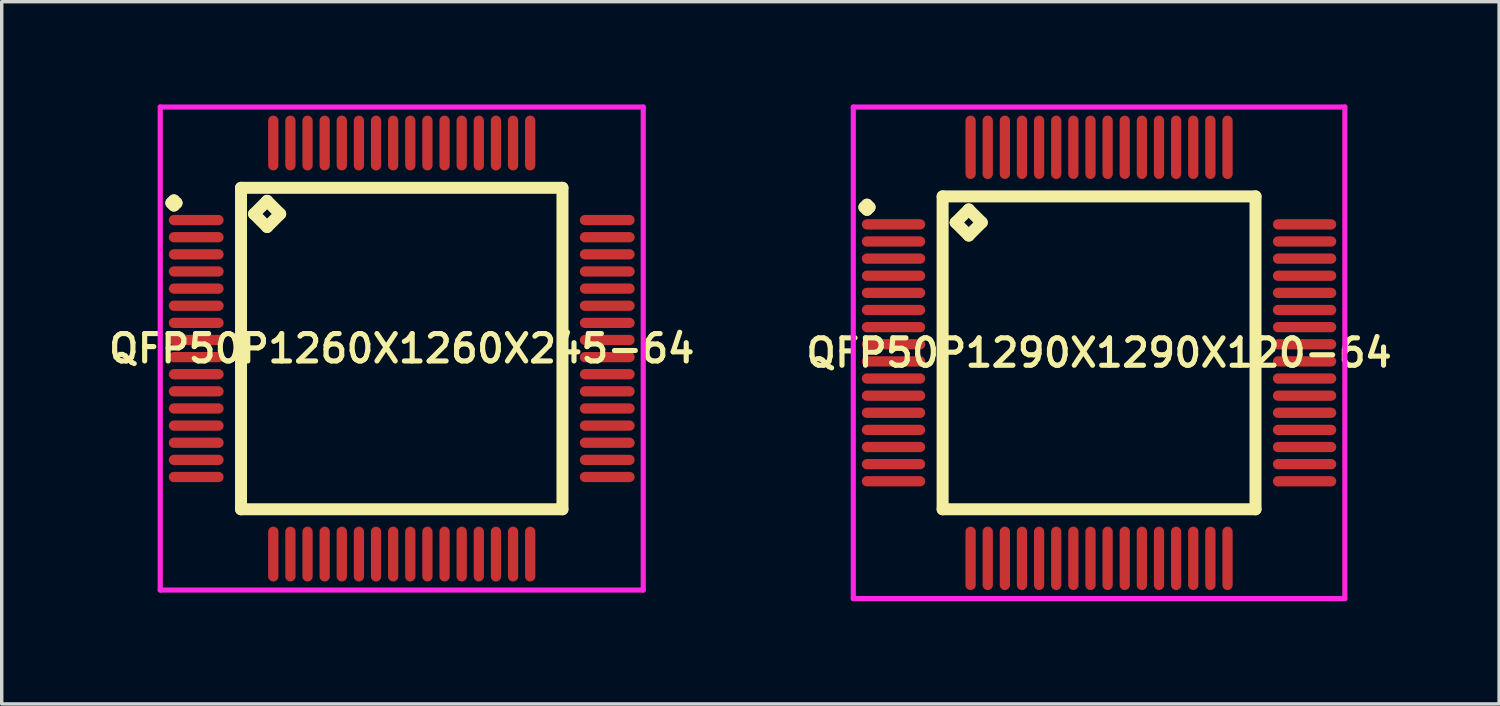
<source format=kicad_pcb>
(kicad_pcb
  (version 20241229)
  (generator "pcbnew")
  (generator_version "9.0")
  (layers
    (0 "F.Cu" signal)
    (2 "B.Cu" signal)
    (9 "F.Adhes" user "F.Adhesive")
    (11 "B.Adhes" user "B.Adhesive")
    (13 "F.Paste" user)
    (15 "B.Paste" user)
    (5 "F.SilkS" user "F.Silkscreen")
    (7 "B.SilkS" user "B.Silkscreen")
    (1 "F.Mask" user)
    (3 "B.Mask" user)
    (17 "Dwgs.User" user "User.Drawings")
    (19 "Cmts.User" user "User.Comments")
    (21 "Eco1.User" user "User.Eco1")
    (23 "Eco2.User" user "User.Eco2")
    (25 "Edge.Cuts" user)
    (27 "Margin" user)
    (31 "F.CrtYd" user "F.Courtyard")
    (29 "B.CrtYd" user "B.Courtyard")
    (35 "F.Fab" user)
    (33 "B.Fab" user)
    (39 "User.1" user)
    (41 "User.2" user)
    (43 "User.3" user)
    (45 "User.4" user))
  (footprint "QFP50P1290X1290X120-64"
    (layer "F.Cu")
    (at 29.035 7.25)
    (property "Reference" "QFP50P1290X1290X120-64" (at 0 0 0) (layer "F.SilkS") (effects (font (size 0.8 0.8) (thickness 0.15))))
    (attr through_hole)
    (fp_line (start -6.85 -4.25) (end -6.775 -4.325) (stroke (width 0.35) (type solid)) (layer "F.SilkS"))
    (fp_line (start -6.775 -4.325) (end -6.7 -4.25) (stroke (width 0.35) (type solid)) (layer "F.SilkS"))
    (fp_line (start -6.775 -4.175) (end -6.85 -4.25) (stroke (width 0.35) (type solid)) (layer "F.SilkS"))
    (fp_line (start -6.7 -4.25) (end -6.775 -4.175) (stroke (width 0.35) (type solid)) (layer "F.SilkS"))
    (fp_line (start -4.567 -4.567) (end -4.567 4.567) (stroke (width 0.35) (type solid)) (layer "F.SilkS"))
    (fp_line (start -4.567 4.567) (end 4.567 4.567) (stroke (width 0.35) (type solid)) (layer "F.SilkS"))
    (fp_line (start -4.186 -3.805) (end -3.805 -4.186) (stroke (width 0.35) (type solid)) (layer "F.SilkS"))
    (fp_line (start -3.805 -4.186) (end -3.424 -3.805) (stroke (width 0.35) (type solid)) (layer "F.SilkS"))
    (fp_line (start -3.805 -3.424) (end -4.186 -3.805) (stroke (width 0.35) (type solid)) (layer "F.SilkS"))
    (fp_line (start -3.424 -3.805) (end -3.805 -3.424) (stroke (width 0.35) (type solid)) (layer "F.SilkS"))
    (fp_line (start 4.567 -4.567) (end -4.567 -4.567) (stroke (width 0.35) (type solid)) (layer "F.SilkS"))
    (fp_line (start 4.567 4.567) (end 4.567 -4.567) (stroke (width 0.35) (type solid)) (layer "F.SilkS"))
    (fp_line (start -7.175 -7.175) (end 7.175 -7.175) (stroke (width 0.15) (type solid)) (layer "F.CrtYd"))
    (fp_line (start -7.175 7.175) (end -7.175 -7.175) (stroke (width 0.15) (type solid)) (layer "F.CrtYd"))
    (fp_line (start 7.175 -7.175) (end 7.175 7.175) (stroke (width 0.15) (type solid)) (layer "F.CrtYd"))
    (fp_line (start 7.175 7.175) (end -7.175 7.175) (stroke (width 0.15) (type solid)) (layer "F.CrtYd"))
    (pad "1" smd oval (at -6 -3.75) (size 1.85 0.3) (layers "F.Cu" "F.Mask" "F.Paste"))
    (pad "2" smd oval (at -6 -3.25) (size 1.85 0.3) (layers "F.Cu" "F.Mask" "F.Paste"))
    (pad "3" smd oval (at -6 -2.75) (size 1.85 0.3) (layers "F.Cu" "F.Mask" "F.Paste"))
    (pad "4" smd oval (at -6 -2.25) (size 1.85 0.3) (layers "F.Cu" "F.Mask" "F.Paste"))
    (pad "5" smd oval (at -6 -1.75) (size 1.85 0.3) (layers "F.Cu" "F.Mask" "F.Paste"))
    (pad "6" smd oval (at -6 -1.25) (size 1.85 0.3) (layers "F.Cu" "F.Mask" "F.Paste"))
    (pad "7" smd oval (at -6 -0.75) (size 1.85 0.3) (layers "F.Cu" "F.Mask" "F.Paste"))
    (pad "8" smd oval (at -6 -0.25) (size 1.85 0.3) (layers "F.Cu" "F.Mask" "F.Paste"))
    (pad "9" smd oval (at -6 0.25) (size 1.85 0.3) (layers "F.Cu" "F.Mask" "F.Paste"))
    (pad "10" smd oval (at -6 0.75) (size 1.85 0.3) (layers "F.Cu" "F.Mask" "F.Paste"))
    (pad "11" smd oval (at -6 1.25) (size 1.85 0.3) (layers "F.Cu" "F.Mask" "F.Paste"))
    (pad "12" smd oval (at -6 1.75) (size 1.85 0.3) (layers "F.Cu" "F.Mask" "F.Paste"))
    (pad "13" smd oval (at -6 2.25) (size 1.85 0.3) (layers "F.Cu" "F.Mask" "F.Paste"))
    (pad "14" smd oval (at -6 2.75) (size 1.85 0.3) (layers "F.Cu" "F.Mask" "F.Paste"))
    (pad "15" smd oval (at -6 3.25) (size 1.85 0.3) (layers "F.Cu" "F.Mask" "F.Paste"))
    (pad "16" smd oval (at -6 3.75) (size 1.85 0.3) (layers "F.Cu" "F.Mask" "F.Paste"))
    (pad "17" smd oval (at -3.75 6) (size 0.3 1.85) (layers "F.Cu" "F.Mask" "F.Paste"))
    (pad "18" smd oval (at -3.25 6) (size 0.3 1.85) (layers "F.Cu" "F.Mask" "F.Paste"))
    (pad "19" smd oval (at -2.75 6) (size 0.3 1.85) (layers "F.Cu" "F.Mask" "F.Paste"))
    (pad "20" smd oval (at -2.25 6) (size 0.3 1.85) (layers "F.Cu" "F.Mask" "F.Paste"))
    (pad "21" smd oval (at -1.75 6) (size 0.3 1.85) (layers "F.Cu" "F.Mask" "F.Paste"))
    (pad "22" smd oval (at -1.25 6) (size 0.3 1.85) (layers "F.Cu" "F.Mask" "F.Paste"))
    (pad "23" smd oval (at -0.75 6) (size 0.3 1.85) (layers "F.Cu" "F.Mask" "F.Paste"))
    (pad "24" smd oval (at -0.25 6) (size 0.3 1.85) (layers "F.Cu" "F.Mask" "F.Paste"))
    (pad "25" smd oval (at 0.25 6) (size 0.3 1.85) (layers "F.Cu" "F.Mask" "F.Paste"))
    (pad "26" smd oval (at 0.75 6) (size 0.3 1.85) (layers "F.Cu" "F.Mask" "F.Paste"))
    (pad "27" smd oval (at 1.25 6) (size 0.3 1.85) (layers "F.Cu" "F.Mask" "F.Paste"))
    (pad "28" smd oval (at 1.75 6) (size 0.3 1.85) (layers "F.Cu" "F.Mask" "F.Paste"))
    (pad "29" smd oval (at 2.25 6) (size 0.3 1.85) (layers "F.Cu" "F.Mask" "F.Paste"))
    (pad "30" smd oval (at 2.75 6) (size 0.3 1.85) (layers "F.Cu" "F.Mask" "F.Paste"))
    (pad "31" smd oval (at 3.25 6) (size 0.3 1.85) (layers "F.Cu" "F.Mask" "F.Paste"))
    (pad "32" smd oval (at 3.75 6) (size 0.3 1.85) (layers "F.Cu" "F.Mask" "F.Paste"))
    (pad "33" smd oval (at 6 3.75) (size 1.85 0.3) (layers "F.Cu" "F.Mask" "F.Paste"))
    (pad "34" smd oval (at 6 3.25) (size 1.85 0.3) (layers "F.Cu" "F.Mask" "F.Paste"))
    (pad "35" smd oval (at 6 2.75) (size 1.85 0.3) (layers "F.Cu" "F.Mask" "F.Paste"))
    (pad "36" smd oval (at 6 2.25) (size 1.85 0.3) (layers "F.Cu" "F.Mask" "F.Paste"))
    (pad "37" smd oval (at 6 1.75) (size 1.85 0.3) (layers "F.Cu" "F.Mask" "F.Paste"))
    (pad "38" smd oval (at 6 1.25) (size 1.85 0.3) (layers "F.Cu" "F.Mask" "F.Paste"))
    (pad "39" smd oval (at 6 0.75) (size 1.85 0.3) (layers "F.Cu" "F.Mask" "F.Paste"))
    (pad "40" smd oval (at 6 0.25) (size 1.85 0.3) (layers "F.Cu" "F.Mask" "F.Paste"))
    (pad "41" smd oval (at 6 -0.25) (size 1.85 0.3) (layers "F.Cu" "F.Mask" "F.Paste"))
    (pad "42" smd oval (at 6 -0.75) (size 1.85 0.3) (layers "F.Cu" "F.Mask" "F.Paste"))
    (pad "43" smd oval (at 6 -1.25) (size 1.85 0.3) (layers "F.Cu" "F.Mask" "F.Paste"))
    (pad "44" smd oval (at 6 -1.75) (size 1.85 0.3) (layers "F.Cu" "F.Mask" "F.Paste"))
    (pad "45" smd oval (at 6 -2.25) (size 1.85 0.3) (layers "F.Cu" "F.Mask" "F.Paste"))
    (pad "46" smd oval (at 6 -2.75) (size 1.85 0.3) (layers "F.Cu" "F.Mask" "F.Paste"))
    (pad "47" smd oval (at 6 -3.25) (size 1.85 0.3) (layers "F.Cu" "F.Mask" "F.Paste"))
    (pad "48" smd oval (at 6 -3.75) (size 1.85 0.3) (layers "F.Cu" "F.Mask" "F.Paste"))
    (pad "49" smd oval (at 3.75 -6) (size 0.3 1.85) (layers "F.Cu" "F.Mask" "F.Paste"))
    (pad "50" smd oval (at 3.25 -6) (size 0.3 1.85) (layers "F.Cu" "F.Mask" "F.Paste"))
    (pad "51" smd oval (at 2.75 -6) (size 0.3 1.85) (layers "F.Cu" "F.Mask" "F.Paste"))
    (pad "52" smd oval (at 2.25 -6) (size 0.3 1.85) (layers "F.Cu" "F.Mask" "F.Paste"))
    (pad "53" smd oval (at 1.75 -6) (size 0.3 1.85) (layers "F.Cu" "F.Mask" "F.Paste"))
    (pad "54" smd oval (at 1.25 -6) (size 0.3 1.85) (layers "F.Cu" "F.Mask" "F.Paste"))
    (pad "55" smd oval (at 0.75 -6) (size 0.3 1.85) (layers "F.Cu" "F.Mask" "F.Paste"))
    (pad "56" smd oval (at 0.25 -6) (size 0.3 1.85) (layers "F.Cu" "F.Mask" "F.Paste"))
    (pad "57" smd oval (at -0.25 -6) (size 0.3 1.85) (layers "F.Cu" "F.Mask" "F.Paste"))
    (pad "58" smd oval (at -0.75 -6) (size 0.3 1.85) (layers "F.Cu" "F.Mask" "F.Paste"))
    (pad "59" smd oval (at -1.25 -6) (size 0.3 1.85) (layers "F.Cu" "F.Mask" "F.Paste"))
    (pad "60" smd oval (at -1.75 -6) (size 0.3 1.85) (layers "F.Cu" "F.Mask" "F.Paste"))
    (pad "61" smd oval (at -2.25 -6) (size 0.3 1.85) (layers "F.Cu" "F.Mask" "F.Paste"))
    (pad "62" smd oval (at -2.75 -6) (size 0.3 1.85) (layers "F.Cu" "F.Mask" "F.Paste"))
    (pad "63" smd oval (at -3.25 -6) (size 0.3 1.85) (layers "F.Cu" "F.Mask" "F.Paste"))
    (pad "64" smd oval (at -3.75 -6) (size 0.3 1.85) (layers "F.Cu" "F.Mask" "F.Paste")))
  (footprint "QFP50P1260X1260X245-64"
    (layer "F.Cu")
    (at 8.678 7.125)
    (property "Reference" "QFP50P1260X1260X245-64" (at 0 0 0) (layer "F.SilkS") (effects (font (size 0.8 0.8) (thickness 0.15))))
    (attr smd)
    (fp_line (start -6.725 -4.25) (end -6.65 -4.325) (stroke (width 0.35) (type solid)) (layer "F.SilkS"))
    (fp_line (start -6.65 -4.325) (end -6.575 -4.25) (stroke (width 0.35) (type solid)) (layer "F.SilkS"))
    (fp_line (start -6.65 -4.175) (end -6.725 -4.25) (stroke (width 0.35) (type solid)) (layer "F.SilkS"))
    (fp_line (start -6.575 -4.25) (end -6.65 -4.175) (stroke (width 0.35) (type solid)) (layer "F.SilkS"))
    (fp_line (start -4.692 -4.692) (end -4.692 4.692) (stroke (width 0.35) (type solid)) (layer "F.SilkS"))
    (fp_line (start -4.692 4.692) (end 4.692 4.692) (stroke (width 0.35) (type solid)) (layer "F.SilkS"))
    (fp_line (start -4.311 -3.93) (end -3.93 -4.311) (stroke (width 0.35) (type solid)) (layer "F.SilkS"))
    (fp_line (start -3.93 -4.311) (end -3.549 -3.93) (stroke (width 0.35) (type solid)) (layer "F.SilkS"))
    (fp_line (start -3.93 -3.549) (end -4.311 -3.93) (stroke (width 0.35) (type solid)) (layer "F.SilkS"))
    (fp_line (start -3.549 -3.93) (end -3.93 -3.549) (stroke (width 0.35) (type solid)) (layer "F.SilkS"))
    (fp_line (start 4.692 -4.692) (end -4.692 -4.692) (stroke (width 0.35) (type solid)) (layer "F.SilkS"))
    (fp_line (start 4.692 4.692) (end 4.692 -4.692) (stroke (width 0.35) (type solid)) (layer "F.SilkS"))
    (fp_line (start -7.05 -7.05) (end 7.05 -7.05) (stroke (width 0.15) (type solid)) (layer "F.CrtYd"))
    (fp_line (start -7.05 7.05) (end -7.05 -7.05) (stroke (width 0.15) (type solid)) (layer "F.CrtYd"))
    (fp_line (start 7.05 -7.05) (end 7.05 7.05) (stroke (width 0.15) (type solid)) (layer "F.CrtYd"))
    (fp_line (start 7.05 7.05) (end -7.05 7.05) (stroke (width 0.15) (type solid)) (layer "F.CrtYd"))
    (pad "1" smd oval (at -6 -3.75) (size 1.6 0.3) (layers "F.Cu" "F.Mask" "F.Paste"))
    (pad "2" smd oval (at -6 -3.25) (size 1.6 0.3) (layers "F.Cu" "F.Mask" "F.Paste"))
    (pad "3" smd oval (at -6 -2.75) (size 1.6 0.3) (layers "F.Cu" "F.Mask" "F.Paste"))
    (pad "4" smd oval (at -6 -2.25) (size 1.6 0.3) (layers "F.Cu" "F.Mask" "F.Paste"))
    (pad "5" smd oval (at -6 -1.75) (size 1.6 0.3) (layers "F.Cu" "F.Mask" "F.Paste"))
    (pad "6" smd oval (at -6 -1.25) (size 1.6 0.3) (layers "F.Cu" "F.Mask" "F.Paste"))
    (pad "7" smd oval (at -6 -0.75) (size 1.6 0.3) (layers "F.Cu" "F.Mask" "F.Paste"))
    (pad "8" smd oval (at -6 -0.25) (size 1.6 0.3) (layers "F.Cu" "F.Mask" "F.Paste"))
    (pad "9" smd oval (at -6 0.25) (size 1.6 0.3) (layers "F.Cu" "F.Mask" "F.Paste"))
    (pad "10" smd oval (at -6 0.75) (size 1.6 0.3) (layers "F.Cu" "F.Mask" "F.Paste"))
    (pad "11" smd oval (at -6 1.25) (size 1.6 0.3) (layers "F.Cu" "F.Mask" "F.Paste"))
    (pad "12" smd oval (at -6 1.75) (size 1.6 0.3) (layers "F.Cu" "F.Mask" "F.Paste"))
    (pad "13" smd oval (at -6 2.25) (size 1.6 0.3) (layers "F.Cu" "F.Mask" "F.Paste"))
    (pad "14" smd oval (at -6 2.75) (size 1.6 0.3) (layers "F.Cu" "F.Mask" "F.Paste"))
    (pad "15" smd oval (at -6 3.25) (size 1.6 0.3) (layers "F.Cu" "F.Mask" "F.Paste"))
    (pad "16" smd oval (at -6 3.75) (size 1.6 0.3) (layers "F.Cu" "F.Mask" "F.Paste"))
    (pad "17" smd oval (at -3.75 6) (size 0.3 1.6) (layers "F.Cu" "F.Mask" "F.Paste"))
    (pad "18" smd oval (at -3.25 6) (size 0.3 1.6) (layers "F.Cu" "F.Mask" "F.Paste"))
    (pad "19" smd oval (at -2.75 6) (size 0.3 1.6) (layers "F.Cu" "F.Mask" "F.Paste"))
    (pad "20" smd oval (at -2.25 6) (size 0.3 1.6) (layers "F.Cu" "F.Mask" "F.Paste"))
    (pad "21" smd oval (at -1.75 6) (size 0.3 1.6) (layers "F.Cu" "F.Mask" "F.Paste"))
    (pad "22" smd oval (at -1.25 6) (size 0.3 1.6) (layers "F.Cu" "F.Mask" "F.Paste"))
    (pad "23" smd oval (at -0.75 6) (size 0.3 1.6) (layers "F.Cu" "F.Mask" "F.Paste"))
    (pad "24" smd oval (at -0.25 6) (size 0.3 1.6) (layers "F.Cu" "F.Mask" "F.Paste"))
    (pad "25" smd oval (at 0.25 6) (size 0.3 1.6) (layers "F.Cu" "F.Mask" "F.Paste"))
    (pad "26" smd oval (at 0.75 6) (size 0.3 1.6) (layers "F.Cu" "F.Mask" "F.Paste"))
    (pad "27" smd oval (at 1.25 6) (size 0.3 1.6) (layers "F.Cu" "F.Mask" "F.Paste"))
    (pad "28" smd oval (at 1.75 6) (size 0.3 1.6) (layers "F.Cu" "F.Mask" "F.Paste"))
    (pad "29" smd oval (at 2.25 6) (size 0.3 1.6) (layers "F.Cu" "F.Mask" "F.Paste"))
    (pad "30" smd oval (at 2.75 6) (size 0.3 1.6) (layers "F.Cu" "F.Mask" "F.Paste"))
    (pad "31" smd oval (at 3.25 6) (size 0.3 1.6) (layers "F.Cu" "F.Mask" "F.Paste"))
    (pad "32" smd oval (at 3.75 6) (size 0.3 1.6) (layers "F.Cu" "F.Mask" "F.Paste"))
    (pad "33" smd oval (at 6 3.75) (size 1.6 0.3) (layers "F.Cu" "F.Mask" "F.Paste"))
    (pad "34" smd oval (at 6 3.25) (size 1.6 0.3) (layers "F.Cu" "F.Mask" "F.Paste"))
    (pad "35" smd oval (at 6 2.75) (size 1.6 0.3) (layers "F.Cu" "F.Mask" "F.Paste"))
    (pad "36" smd oval (at 6 2.25) (size 1.6 0.3) (layers "F.Cu" "F.Mask" "F.Paste"))
    (pad "37" smd oval (at 6 1.75) (size 1.6 0.3) (layers "F.Cu" "F.Mask" "F.Paste"))
    (pad "38" smd oval (at 6 1.25) (size 1.6 0.3) (layers "F.Cu" "F.Mask" "F.Paste"))
    (pad "39" smd oval (at 6 0.75) (size 1.6 0.3) (layers "F.Cu" "F.Mask" "F.Paste"))
    (pad "40" smd oval (at 6 0.25) (size 1.6 0.3) (layers "F.Cu" "F.Mask" "F.Paste"))
    (pad "41" smd oval (at 6 -0.25) (size 1.6 0.3) (layers "F.Cu" "F.Mask" "F.Paste"))
    (pad "42" smd oval (at 6 -0.75) (size 1.6 0.3) (layers "F.Cu" "F.Mask" "F.Paste"))
    (pad "43" smd oval (at 6 -1.25) (size 1.6 0.3) (layers "F.Cu" "F.Mask" "F.Paste"))
    (pad "44" smd oval (at 6 -1.75) (size 1.6 0.3) (layers "F.Cu" "F.Mask" "F.Paste"))
    (pad "45" smd oval (at 6 -2.25) (size 1.6 0.3) (layers "F.Cu" "F.Mask" "F.Paste"))
    (pad "46" smd oval (at 6 -2.75) (size 1.6 0.3) (layers "F.Cu" "F.Mask" "F.Paste"))
    (pad "47" smd oval (at 6 -3.25) (size 1.6 0.3) (layers "F.Cu" "F.Mask" "F.Paste"))
    (pad "48" smd oval (at 6 -3.75) (size 1.6 0.3) (layers "F.Cu" "F.Mask" "F.Paste"))
    (pad "49" smd oval (at 3.75 -6) (size 0.3 1.6) (layers "F.Cu" "F.Mask" "F.Paste"))
    (pad "50" smd oval (at 3.25 -6) (size 0.3 1.6) (layers "F.Cu" "F.Mask" "F.Paste"))
    (pad "51" smd oval (at 2.75 -6) (size 0.3 1.6) (layers "F.Cu" "F.Mask" "F.Paste"))
    (pad "52" smd oval (at 2.25 -6) (size 0.3 1.6) (layers "F.Cu" "F.Mask" "F.Paste"))
    (pad "53" smd oval (at 1.75 -6) (size 0.3 1.6) (layers "F.Cu" "F.Mask" "F.Paste"))
    (pad "54" smd oval (at 1.25 -6) (size 0.3 1.6) (layers "F.Cu" "F.Mask" "F.Paste"))
    (pad "55" smd oval (at 0.75 -6) (size 0.3 1.6) (layers "F.Cu" "F.Mask" "F.Paste"))
    (pad "56" smd oval (at 0.25 -6) (size 0.3 1.6) (layers "F.Cu" "F.Mask" "F.Paste"))
    (pad "57" smd oval (at -0.25 -6) (size 0.3 1.6) (layers "F.Cu" "F.Mask" "F.Paste"))
    (pad "58" smd oval (at -0.75 -6) (size 0.3 1.6) (layers "F.Cu" "F.Mask" "F.Paste"))
    (pad "59" smd oval (at -1.25 -6) (size 0.3 1.6) (layers "F.Cu" "F.Mask" "F.Paste"))
    (pad "60" smd oval (at -1.75 -6) (size 0.3 1.6) (layers "F.Cu" "F.Mask" "F.Paste"))
    (pad "61" smd oval (at -2.25 -6) (size 0.3 1.6) (layers "F.Cu" "F.Mask" "F.Paste"))
    (pad "62" smd oval (at -2.75 -6) (size 0.3 1.6) (layers "F.Cu" "F.Mask" "F.Paste"))
    (pad "63" smd oval (at -3.25 -6) (size 0.3 1.6) (layers "F.Cu" "F.Mask" "F.Paste"))
    (pad "64" smd oval (at -3.75 -6) (size 0.3 1.6) (layers "F.Cu" "F.Mask" "F.Paste")))
  (gr_rect
    (start -3 -3)
    (end 40.713 17.5)
    (stroke (width 0.1) (type default))
    (fill no)
    (layer "Edge.Cuts")))
</source>
